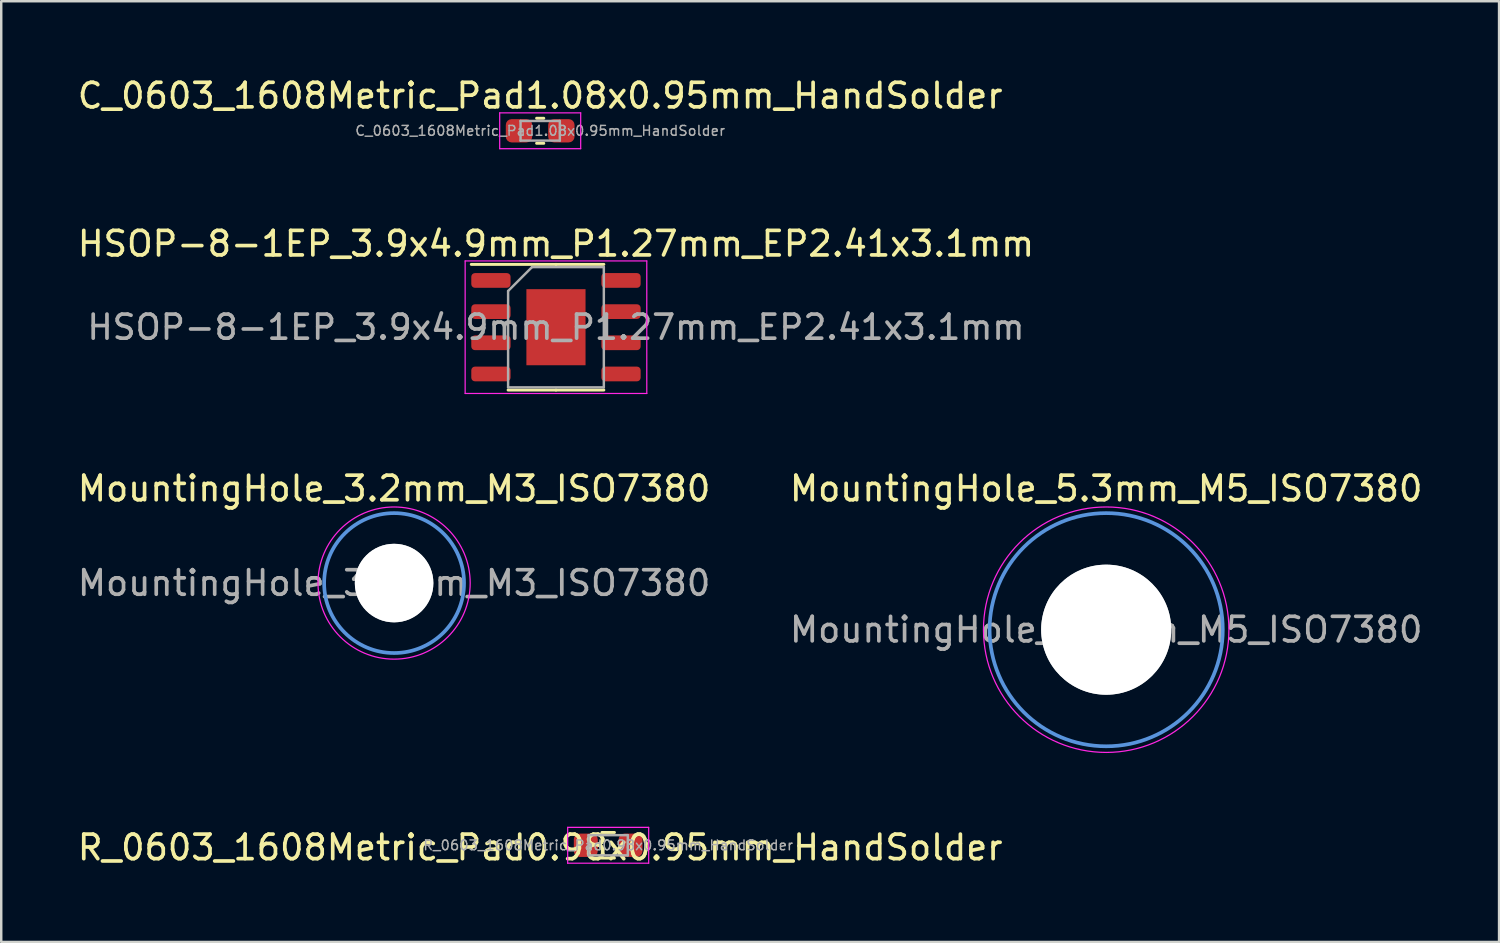
<source format=kicad_pcb>
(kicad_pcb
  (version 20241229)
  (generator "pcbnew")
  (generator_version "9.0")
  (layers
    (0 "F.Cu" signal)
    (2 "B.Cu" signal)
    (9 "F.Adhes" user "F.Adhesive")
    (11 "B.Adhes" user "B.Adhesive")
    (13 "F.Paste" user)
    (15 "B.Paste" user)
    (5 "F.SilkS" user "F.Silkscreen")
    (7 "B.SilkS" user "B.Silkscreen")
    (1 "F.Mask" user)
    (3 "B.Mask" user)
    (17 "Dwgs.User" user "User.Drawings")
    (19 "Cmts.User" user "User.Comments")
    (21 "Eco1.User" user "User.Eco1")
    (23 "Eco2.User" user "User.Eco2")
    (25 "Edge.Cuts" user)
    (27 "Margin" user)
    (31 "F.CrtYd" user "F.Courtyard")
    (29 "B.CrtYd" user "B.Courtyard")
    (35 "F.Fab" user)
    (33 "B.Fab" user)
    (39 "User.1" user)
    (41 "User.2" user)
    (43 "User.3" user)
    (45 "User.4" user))
  (footprint "MountingHole_3.2mm_M3_ISO7380"
    (layer "F.Cu")
    (at 13.006 20.705)
    (property "Reference" "MountingHole_3.2mm_M3_ISO7380" (at 0 -3.85 0) (layer "F.SilkS") (effects (font (size 1 1) (thickness 0.15))))
    (attr exclude_from_pos_files exclude_from_bom)
    (fp_circle (center 0 0) (end 2.85 0) (stroke (width 0.15) (type solid)) (fill no) (layer "Cmts.User"))
    (fp_circle (center 0 0) (end 3.1 0) (stroke (width 0.05) (type solid)) (fill no) (layer "F.CrtYd"))
    (fp_text user "${REFERENCE}" (at 0 0 0) (layer "F.Fab") (effects (font (size 1 1) (thickness 0.15))))
    (pad "" np_thru_hole circle (at 0 0) (size 3.2 3.2) (drill 3.2) (layers "Dwgs.User")))
  (footprint "C_0603_1608Metric_Pad1.08x0.95mm_HandSolder"
    (layer "F.Cu")
    (at 18.958 2.278)
    (property "Reference" "C_0603_1608Metric_Pad1.08x0.95mm_HandSolder" (at 0 -1.43 180) (layer "F.SilkS") (effects (font (size 1 1) (thickness 0.15))))
    (attr smd)
    (fp_line (start -0.146 -0.51) (end 0.146 -0.51) (stroke (width 0.12) (type solid)) (layer "F.SilkS"))
    (fp_line (start -0.146 0.51) (end 0.146 0.51) (stroke (width 0.12) (type solid)) (layer "F.SilkS"))
    (fp_line (start -1.65 -0.73) (end 1.65 -0.73) (stroke (width 0.05) (type solid)) (layer "F.CrtYd"))
    (fp_line (start -1.65 0.73) (end -1.65 -0.73) (stroke (width 0.05) (type solid)) (layer "F.CrtYd"))
    (fp_line (start 1.65 -0.73) (end 1.65 0.73) (stroke (width 0.05) (type solid)) (layer "F.CrtYd"))
    (fp_line (start 1.65 0.73) (end -1.65 0.73) (stroke (width 0.05) (type solid)) (layer "F.CrtYd"))
    (fp_line (start -0.8 -0.4) (end 0.8 -0.4) (stroke (width 0.1) (type solid)) (layer "F.Fab"))
    (fp_line (start -0.8 0.4) (end -0.8 -0.4) (stroke (width 0.1) (type solid)) (layer "F.Fab"))
    (fp_line (start 0.8 -0.4) (end 0.8 0.4) (stroke (width 0.1) (type solid)) (layer "F.Fab"))
    (fp_line (start 0.8 0.4) (end -0.8 0.4) (stroke (width 0.1) (type solid)) (layer "F.Fab"))
    (fp_text user "${REFERENCE}" (at 0 0 180) (layer "F.Fab") (effects (font (size 0.4 0.4) (thickness 0.06))))
    (pad "1" smd roundrect (at -0.863 0) (size 1.075 0.95) (layers "F.Cu" "F.Mask" "F.Paste") (roundrect_rratio 0.25))
    (pad "2" smd roundrect (at 0.863 0) (size 1.075 0.95) (layers "F.Cu" "F.Mask" "F.Paste") (roundrect_rratio 0.25)))
  (footprint "HSOP-8-1EP_3.9x4.9mm_P1.27mm_EP2.41x3.1mm"
    (layer "F.Cu")
    (at 19.601 10.281)
    (property "Reference" "HSOP-8-1EP_3.9x4.9mm_P1.27mm_EP2.41x3.1mm" (at 0 -3.4 0) (layer "F.SilkS") (effects (font (size 1 1) (thickness 0.15))))
    (attr smd)
    (fp_line (start 0 -2.56) (end -3.45 -2.56) (stroke (width 0.12) (type solid)) (layer "F.SilkS"))
    (fp_line (start 0 -2.56) (end 1.95 -2.56) (stroke (width 0.12) (type solid)) (layer "F.SilkS"))
    (fp_line (start 0 2.56) (end -1.95 2.56) (stroke (width 0.12) (type solid)) (layer "F.SilkS"))
    (fp_line (start 0 2.56) (end 1.95 2.56) (stroke (width 0.12) (type solid)) (layer "F.SilkS"))
    (fp_line (start -3.7 -2.7) (end -3.7 2.7) (stroke (width 0.05) (type solid)) (layer "F.CrtYd"))
    (fp_line (start -3.7 2.7) (end 3.7 2.7) (stroke (width 0.05) (type solid)) (layer "F.CrtYd"))
    (fp_line (start 3.7 -2.7) (end -3.7 -2.7) (stroke (width 0.05) (type solid)) (layer "F.CrtYd"))
    (fp_line (start 3.7 2.7) (end 3.7 -2.7) (stroke (width 0.05) (type solid)) (layer "F.CrtYd"))
    (fp_line (start -1.95 -1.475) (end -0.975 -2.45) (stroke (width 0.1) (type solid)) (layer "F.Fab"))
    (fp_line (start -1.95 2.45) (end -1.95 -1.475) (stroke (width 0.1) (type solid)) (layer "F.Fab"))
    (fp_line (start -0.975 -2.45) (end 1.95 -2.45) (stroke (width 0.1) (type solid)) (layer "F.Fab"))
    (fp_line (start 1.95 -2.45) (end 1.95 2.45) (stroke (width 0.1) (type solid)) (layer "F.Fab"))
    (fp_line (start 1.95 2.45) (end -1.95 2.45) (stroke (width 0.1) (type solid)) (layer "F.Fab"))
    (fp_text user "${REFERENCE}" (at 0 0 0) (layer "F.Fab") (effects (font (size 0.98 0.98) (thickness 0.15))))
    (pad "" smd roundrect (at -0.6 -0.775) (size 0.97 1.25) (layers "F.Paste") (roundrect_rratio 0.25))
    (pad "" smd roundrect (at -0.6 0.775) (size 0.97 1.25) (layers "F.Paste") (roundrect_rratio 0.25))
    (pad "" smd roundrect (at 0.6 -0.775) (size 0.97 1.25) (layers "F.Paste") (roundrect_rratio 0.25))
    (pad "" smd roundrect (at 0.6 0.775) (size 0.97 1.25) (layers "F.Paste") (roundrect_rratio 0.25))
    (pad "1" smd roundrect (at -2.65 -1.905) (size 1.6 0.6) (layers "F.Cu" "F.Mask" "F.Paste") (roundrect_rratio 0.25))
    (pad "2" smd roundrect (at -2.65 -0.635) (size 1.6 0.6) (layers "F.Cu" "F.Mask" "F.Paste") (roundrect_rratio 0.25))
    (pad "3" smd roundrect (at -2.65 0.635) (size 1.6 0.6) (layers "F.Cu" "F.Mask" "F.Paste") (roundrect_rratio 0.25))
    (pad "4" smd roundrect (at -2.65 1.905) (size 1.6 0.6) (layers "F.Cu" "F.Mask" "F.Paste") (roundrect_rratio 0.25))
    (pad "5" smd roundrect (at 2.65 1.905) (size 1.6 0.6) (layers "F.Cu" "F.Mask" "F.Paste") (roundrect_rratio 0.25))
    (pad "6" smd roundrect (at 2.65 0.635) (size 1.6 0.6) (layers "F.Cu" "F.Mask" "F.Paste") (roundrect_rratio 0.25))
    (pad "7" smd roundrect (at 2.65 -0.635) (size 1.6 0.6) (layers "F.Cu" "F.Mask" "F.Paste") (roundrect_rratio 0.25))
    (pad "8" smd roundrect (at 2.65 -1.905) (size 1.6 0.6) (layers "F.Cu" "F.Mask" "F.Paste") (roundrect_rratio 0.25))
    (pad "9" smd rect (at 0 0) (size 2.41 3.1) (layers "F.Cu" "F.Mask")))
  (footprint "MountingHole_5.3mm_M5_ISO7380"
    (layer "F.Cu")
    (at 42.018 22.605)
    (property "Reference" "MountingHole_5.3mm_M5_ISO7380" (at 0 -5.75 0) (layer "F.SilkS") (effects (font (size 1 1) (thickness 0.15))))
    (attr exclude_from_pos_files exclude_from_bom)
    (fp_circle (center 0 0) (end 4.75 0) (stroke (width 0.15) (type solid)) (fill no) (layer "Cmts.User"))
    (fp_circle (center 0 0) (end 5 0) (stroke (width 0.05) (type solid)) (fill no) (layer "F.CrtYd"))
    (fp_text user "${REFERENCE}" (at 0 0 0) (layer "F.Fab") (effects (font (size 1 1) (thickness 0.15))))
    (pad "" np_thru_hole circle (at 0 0) (size 5.3 5.3) (drill 5.3) (layers "Dwgs.User")))
  (footprint "R_0603_1608Metric_Pad0.98x0.95mm_HandSolder"
    (layer "F.Cu")
    (at 21.728 31.388)
    (property "Reference" "R_0603_1608Metric_Pad0.98x0.95mm_HandSolder" (at -2.77 0.09 0) (layer "F.SilkS") (effects (font (size 1 1) (thickness 0.15))))
    (attr smd)
    (fp_line (start -0.255 -0.522) (end 0.255 -0.522) (stroke (width 0.12) (type solid)) (layer "F.SilkS"))
    (fp_line (start -0.255 0.522) (end 0.255 0.522) (stroke (width 0.12) (type solid)) (layer "F.SilkS"))
    (fp_line (start -1.65 -0.73) (end 1.65 -0.73) (stroke (width 0.05) (type solid)) (layer "F.CrtYd"))
    (fp_line (start -1.65 0.73) (end -1.65 -0.73) (stroke (width 0.05) (type solid)) (layer "F.CrtYd"))
    (fp_line (start 1.65 -0.73) (end 1.65 0.73) (stroke (width 0.05) (type solid)) (layer "F.CrtYd"))
    (fp_line (start 1.65 0.73) (end -1.65 0.73) (stroke (width 0.05) (type solid)) (layer "F.CrtYd"))
    (fp_line (start -0.8 -0.412) (end 0.8 -0.412) (stroke (width 0.1) (type solid)) (layer "F.Fab"))
    (fp_line (start -0.8 0.412) (end -0.8 -0.412) (stroke (width 0.1) (type solid)) (layer "F.Fab"))
    (fp_line (start 0.8 -0.412) (end 0.8 0.412) (stroke (width 0.1) (type solid)) (layer "F.Fab"))
    (fp_line (start 0.8 0.412) (end -0.8 0.412) (stroke (width 0.1) (type solid)) (layer "F.Fab"))
    (fp_text user "${REFERENCE}" (at 0 0 0) (layer "F.Fab") (effects (font (size 0.4 0.4) (thickness 0.06))))
    (pad "1" smd roundrect (at -0.912 0) (size 0.975 0.95) (layers "F.Cu" "F.Mask" "F.Paste") (roundrect_rratio 0.25))
    (pad "2" smd roundrect (at 0.912 0) (size 0.975 0.95) (layers "F.Cu" "F.Mask" "F.Paste") (roundrect_rratio 0.25)))
  (gr_rect
    (start -3 -3)
    (end 58.024 35.326)
    (stroke (width 0.1) (type default))
    (fill no)
    (layer "Edge.Cuts")))
</source>
